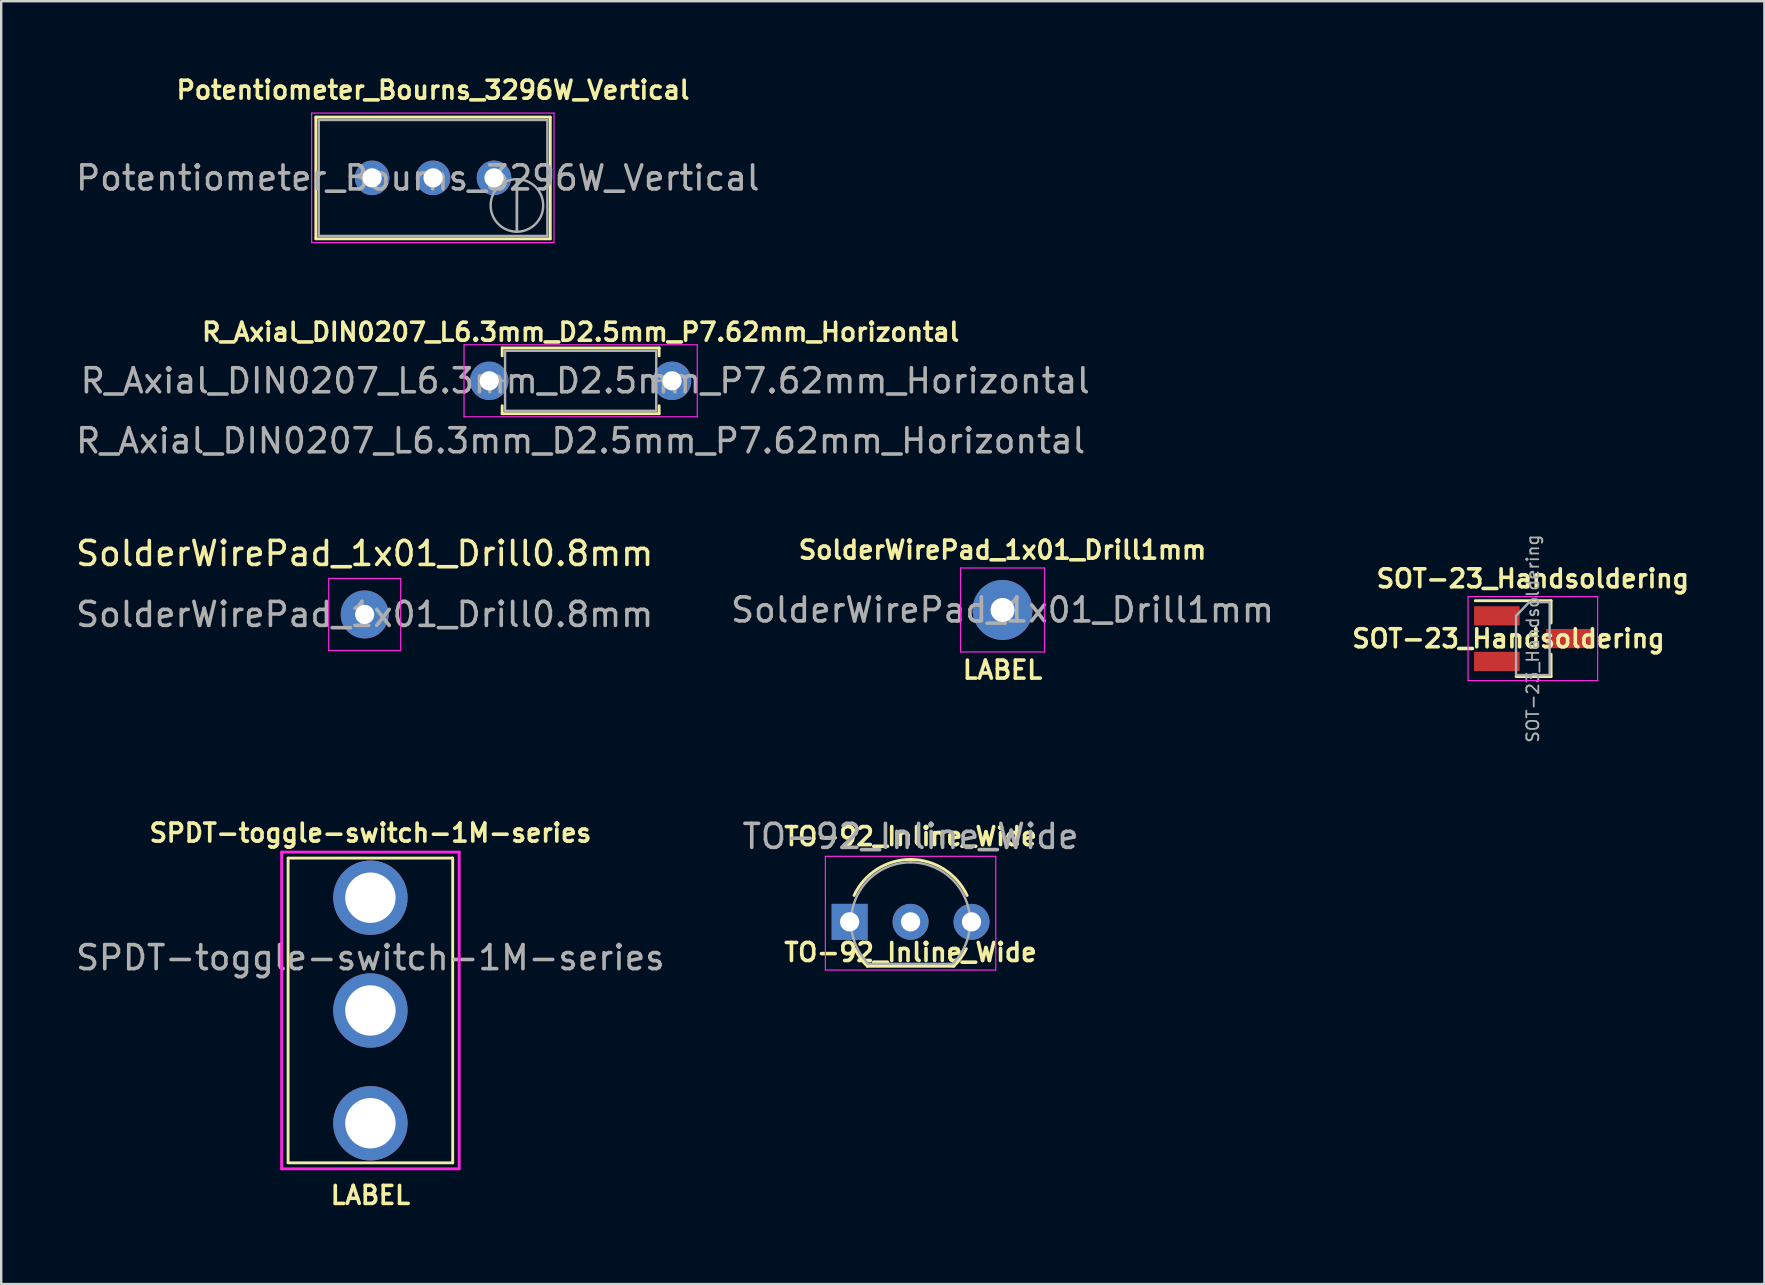
<source format=kicad_pcb>
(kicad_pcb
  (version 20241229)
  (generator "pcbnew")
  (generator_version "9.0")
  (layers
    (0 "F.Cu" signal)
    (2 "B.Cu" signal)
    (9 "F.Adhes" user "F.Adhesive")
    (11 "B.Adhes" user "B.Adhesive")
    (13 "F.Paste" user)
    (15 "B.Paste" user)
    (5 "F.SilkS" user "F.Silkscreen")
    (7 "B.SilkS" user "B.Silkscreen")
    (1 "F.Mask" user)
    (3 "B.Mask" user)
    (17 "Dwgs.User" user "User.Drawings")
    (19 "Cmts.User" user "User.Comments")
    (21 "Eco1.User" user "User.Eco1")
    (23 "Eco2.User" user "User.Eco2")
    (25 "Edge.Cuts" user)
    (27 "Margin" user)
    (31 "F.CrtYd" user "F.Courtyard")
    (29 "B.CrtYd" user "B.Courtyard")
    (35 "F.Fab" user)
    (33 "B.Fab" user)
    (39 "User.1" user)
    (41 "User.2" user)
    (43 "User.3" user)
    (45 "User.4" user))
  (footprint "SPDT-toggle-switch-1M-series"
    (layer "F.Cu")
    (at 12.387 39.063)
    (property "Reference" "SPDT-toggle-switch-1M-series" (at 0 -7.4 0) (layer "F.SilkS") (effects (font (size 0.75 0.75) (thickness 0.15))))
    (attr through_hole)
    (fp_line (start -3.43 -6.35) (end 3.42 -6.35) (stroke (width 0.12) (type solid)) (layer "F.SilkS"))
    (fp_line (start -3.43 6.34) (end -3.43 -6.35) (stroke (width 0.12) (type solid)) (layer "F.SilkS"))
    (fp_line (start 3.42 -6.35) (end 3.42 -6.34) (stroke (width 0.12) (type solid)) (layer "F.SilkS"))
    (fp_line (start 3.43 -6.35) (end 3.43 6.35) (stroke (width 0.12) (type solid)) (layer "F.SilkS"))
    (fp_line (start 3.43 6.35) (end -3.43 6.35) (stroke (width 0.12) (type solid)) (layer "F.SilkS"))
    (fp_line (start -3.7 -6.6) (end 3.7 -6.6) (stroke (width 0.12) (type solid)) (layer "F.CrtYd"))
    (fp_line (start -3.7 6.6) (end -3.7 -6.6) (stroke (width 0.12) (type solid)) (layer "F.CrtYd"))
    (fp_line (start 3.7 -6.6) (end 3.7 6.6) (stroke (width 0.12) (type solid)) (layer "F.CrtYd"))
    (fp_line (start 3.7 6.6) (end -3.7 6.6) (stroke (width 0.12) (type solid)) (layer "F.CrtYd"))
    (fp_text user "LABEL" (at 0 7.7 0) (layer "F.SilkS") (effects (font (size 0.75 0.75) (thickness 0.15))))
    (fp_text user "${REFERENCE}" (at 0 -2.2 0) (layer "F.Fab") (effects (font (size 1 1) (thickness 0.15))))
    (pad "1" thru_hole circle (at 0 4.7) (size 3.1 3.1) (drill 2.1) (layers "*.Cu" "*.Mask"))
    (pad "2" thru_hole circle (at 0 0) (size 3.1 3.1) (drill 2.1) (layers "*.Cu" "*.Mask"))
    (pad "3" thru_hole circle (at 0 -4.7) (size 3.1 3.1) (drill 2.1) (layers "*.Cu" "*.Mask")))
  (footprint "R_Axial_DIN0207_L6.3mm_D2.5mm_P7.62mm_Horizontal"
    (layer "F.Cu")
    (at 17.339 12.821)
    (property "Reference" "R_Axial_DIN0207_L6.3mm_D2.5mm_P7.62mm_Horizontal" (at 3.81 -2.032 0) (layer "F.SilkS") (effects (font (size 0.75 0.75) (thickness 0.15))))
    (property "Value" "R_Axial_DIN0207_L6.3mm_D2.5mm_P7.62mm_Horizontal" (at 3.81 0 0) (layer "F.SilkS") (hide yes) (effects (font (size 0.75 0.75) (thickness 0.15))))
    (attr through_hole)
    (fp_line (start 0.54 -1.37) (end 7.08 -1.37) (stroke (width 0.12) (type solid)) (layer "F.SilkS"))
    (fp_line (start 0.54 -1.04) (end 0.54 -1.37) (stroke (width 0.12) (type solid)) (layer "F.SilkS"))
    (fp_line (start 0.54 1.04) (end 0.54 1.37) (stroke (width 0.12) (type solid)) (layer "F.SilkS"))
    (fp_line (start 0.54 1.37) (end 7.08 1.37) (stroke (width 0.12) (type solid)) (layer "F.SilkS"))
    (fp_line (start 7.08 -1.37) (end 7.08 -1.04) (stroke (width 0.12) (type solid)) (layer "F.SilkS"))
    (fp_line (start 7.08 1.37) (end 7.08 1.04) (stroke (width 0.12) (type solid)) (layer "F.SilkS"))
    (fp_line (start -1.05 -1.5) (end -1.05 1.5) (stroke (width 0.05) (type solid)) (layer "F.CrtYd"))
    (fp_line (start -1.05 1.5) (end 8.67 1.5) (stroke (width 0.05) (type solid)) (layer "F.CrtYd"))
    (fp_line (start 8.67 -1.5) (end -1.05 -1.5) (stroke (width 0.05) (type solid)) (layer "F.CrtYd"))
    (fp_line (start 8.67 1.5) (end 8.67 -1.5) (stroke (width 0.05) (type solid)) (layer "F.CrtYd"))
    (fp_line (start 0 0) (end 0.66 0) (stroke (width 0.1) (type solid)) (layer "F.Fab"))
    (fp_line (start 0.66 -1.25) (end 0.66 1.25) (stroke (width 0.1) (type solid)) (layer "F.Fab"))
    (fp_line (start 0.66 1.25) (end 6.96 1.25) (stroke (width 0.1) (type solid)) (layer "F.Fab"))
    (fp_line (start 6.96 -1.25) (end 0.66 -1.25) (stroke (width 0.1) (type solid)) (layer "F.Fab"))
    (fp_line (start 6.96 1.25) (end 6.96 -1.25) (stroke (width 0.1) (type solid)) (layer "F.Fab"))
    (fp_line (start 7.62 0) (end 6.96 0) (stroke (width 0.1) (type solid)) (layer "F.Fab"))
    (fp_text user "${VALUE}" (at 4 0 0) (layer "F.Fab") (effects (font (size 1 1) (thickness 0.15))))
    (fp_text user "${REFERENCE}" (at 3.81 2.5 0) (layer "F.Fab") (effects (font (size 1 1) (thickness 0.15))))
    (pad "1" thru_hole circle (at 0 0) (size 1.6 1.6) (drill 0.8) (layers "*.Cu" "*.Mask"))
    (pad "2" thru_hole oval (at 7.62 0) (size 1.6 1.6) (drill 0.8) (layers "*.Cu" "*.Mask")))
  (footprint "Potentiometer_Bourns_3296W_Vertical"
    (layer "F.Cu")
    (at 14.998 4.362)
    (property "Reference" "Potentiometer_Bourns_3296W_Vertical" (at 0 -3.66 0) (layer "F.SilkS") (effects (font (size 0.75 0.75) (thickness 0.15))))
    (attr through_hole)
    (fp_line (start -4.885 -2.53) (end -4.885 2.54) (stroke (width 0.12) (type solid)) (layer "F.SilkS"))
    (fp_line (start -4.885 -2.53) (end 4.885 -2.53) (stroke (width 0.12) (type solid)) (layer "F.SilkS"))
    (fp_line (start -4.885 2.54) (end 4.885 2.54) (stroke (width 0.12) (type solid)) (layer "F.SilkS"))
    (fp_line (start 4.885 -2.53) (end 4.885 2.54) (stroke (width 0.12) (type solid)) (layer "F.SilkS"))
    (fp_line (start -5.06 -2.7) (end -5.06 2.7) (stroke (width 0.05) (type solid)) (layer "F.CrtYd"))
    (fp_line (start -5.06 2.7) (end 5.04 2.7) (stroke (width 0.05) (type solid)) (layer "F.CrtYd"))
    (fp_line (start 5.04 -2.7) (end -5.06 -2.7) (stroke (width 0.05) (type solid)) (layer "F.CrtYd"))
    (fp_line (start 5.04 2.7) (end 5.04 -2.7) (stroke (width 0.05) (type solid)) (layer "F.CrtYd"))
    (fp_line (start -4.765 -2.41) (end -4.765 2.42) (stroke (width 0.1) (type solid)) (layer "F.Fab"))
    (fp_line (start -4.765 2.42) (end 4.765 2.42) (stroke (width 0.1) (type solid)) (layer "F.Fab"))
    (fp_line (start 3.495 2.235) (end 3.496 0.066) (stroke (width 0.1) (type solid)) (layer "F.Fab"))
    (fp_line (start 3.495 2.235) (end 3.496 0.066) (stroke (width 0.1) (type solid)) (layer "F.Fab"))
    (fp_line (start 4.765 -2.41) (end -4.765 -2.41) (stroke (width 0.1) (type solid)) (layer "F.Fab"))
    (fp_line (start 4.765 2.42) (end 4.765 -2.41) (stroke (width 0.1) (type solid)) (layer "F.Fab"))
    (fp_circle (center 3.495 1.15) (end 4.59 1.15) (stroke (width 0.1) (type solid)) (fill no) (layer "F.Fab"))
    (fp_text user "${REFERENCE}" (at -0.635 0.005 0) (layer "F.Fab") (effects (font (size 1 1) (thickness 0.15))))
    (pad "1" thru_hole circle (at 2.54 0) (size 1.44 1.44) (drill 0.8) (layers "*.Cu" "*.Mask"))
    (pad "2" thru_hole circle (at 0 0) (size 1.44 1.44) (drill 0.8) (layers "*.Cu" "*.Mask"))
    (pad "3" thru_hole circle (at -2.54 0) (size 1.44 1.44) (drill 0.8) (layers "*.Cu" "*.Mask")))
  (footprint "SOT-23_Handsoldering"
    (layer "F.Cu")
    (at 60.833 23.565)
    (property "Reference" "SOT-23_Handsoldering" (at 0 -2.5 0) (layer "F.SilkS") (effects (font (size 0.75 0.75) (thickness 0.15))))
    (property "Value" "SOT-23_Handsoldering" (at 0 2.5 0) (layer "F.Fab") (hide yes) (effects (font (size 1 1) (thickness 0.15))))
    (attr smd)
    (fp_line (start 0.76 -1.58) (end -2.4 -1.58) (stroke (width 0.12) (type solid)) (layer "F.SilkS"))
    (fp_line (start 0.76 -1.58) (end 0.76 -0.65) (stroke (width 0.12) (type solid)) (layer "F.SilkS"))
    (fp_line (start 0.76 1.58) (end -0.7 1.58) (stroke (width 0.12) (type solid)) (layer "F.SilkS"))
    (fp_line (start 0.76 1.58) (end 0.76 0.65) (stroke (width 0.12) (type solid)) (layer "F.SilkS"))
    (fp_line (start -2.7 -1.75) (end 2.7 -1.75) (stroke (width 0.05) (type solid)) (layer "F.CrtYd"))
    (fp_line (start -2.7 1.75) (end -2.7 -1.75) (stroke (width 0.05) (type solid)) (layer "F.CrtYd"))
    (fp_line (start 2.7 -1.75) (end 2.7 1.75) (stroke (width 0.05) (type solid)) (layer "F.CrtYd"))
    (fp_line (start 2.7 1.75) (end -2.7 1.75) (stroke (width 0.05) (type solid)) (layer "F.CrtYd"))
    (fp_line (start -0.7 -0.95) (end -0.7 1.5) (stroke (width 0.1) (type solid)) (layer "F.Fab"))
    (fp_line (start -0.7 -0.95) (end -0.15 -1.52) (stroke (width 0.1) (type solid)) (layer "F.Fab"))
    (fp_line (start -0.7 1.52) (end 0.7 1.52) (stroke (width 0.1) (type solid)) (layer "F.Fab"))
    (fp_line (start -0.15 -1.52) (end 0.7 -1.52) (stroke (width 0.1) (type solid)) (layer "F.Fab"))
    (fp_line (start 0.7 -1.52) (end 0.7 1.52) (stroke (width 0.1) (type solid)) (layer "F.Fab"))
    (fp_text user "${VALUE}" (at -1.016 0 0) (layer "F.SilkS") (effects (font (size 0.75 0.75) (thickness 0.15))))
    (fp_text user "${REFERENCE}" (at 0 0 90) (layer "F.Fab") (effects (font (size 0.5 0.5) (thickness 0.075))))
    (pad "1" smd rect (at -1.5 -0.95) (size 1.9 0.8) (layers "F.Cu" "F.Mask" "F.Paste"))
    (pad "2" smd rect (at -1.5 0.95) (size 1.9 0.8) (layers "F.Cu" "F.Mask" "F.Paste"))
    (pad "3" smd rect (at 1.5 0) (size 1.9 0.8) (layers "F.Cu" "F.Mask" "F.Paste")))
  (footprint "TO-92_Inline_Wide"
    (layer "F.Cu")
    (at 32.359 35.369)
    (property "Reference" "TO-92_Inline_Wide" (at 2.54 -3.56 0) (layer "F.SilkS") (effects (font (size 0.75 0.75) (thickness 0.15))))
    (property "Value" "TO-92_Inline_Wide" (at 2.54 2.79 0) (layer "F.Fab") (hide yes) (effects (font (size 1 1) (thickness 0.15))))
    (attr through_hole)
    (fp_line (start 0.74 1.85) (end 4.34 1.85) (stroke (width 0.12) (type solid)) (layer "F.SilkS"))
    (fp_arc (start 0.1836 -1.098807) (mid 1.143021 -2.192817) (end 2.54 -2.6) (stroke (width 0.12) (type solid)) (layer "F.SilkS"))
    (fp_arc (start 0.74 1.85) (mid 0.446097 1.509328) (end 0.215816 1.122795) (stroke (width 0.12) (type solid)) (layer "F.SilkS"))
    (fp_arc (start 2.54 -2.6) (mid 3.936979 -2.192818) (end 4.8964 -1.098807) (stroke (width 0.12) (type solid)) (layer "F.SilkS"))
    (fp_arc (start 4.864184 1.122795) (mid 4.633903 1.509328) (end 4.34 1.85) (stroke (width 0.12) (type solid)) (layer "F.SilkS"))
    (fp_line (start -1.01 -2.73) (end -1.01 2.01) (stroke (width 0.05) (type solid)) (layer "F.CrtYd"))
    (fp_line (start -1.01 -2.73) (end 6.09 -2.73) (stroke (width 0.05) (type solid)) (layer "F.CrtYd"))
    (fp_line (start 6.09 2.01) (end -1.01 2.01) (stroke (width 0.05) (type solid)) (layer "F.CrtYd"))
    (fp_line (start 6.09 2.01) (end 6.09 -2.73) (stroke (width 0.05) (type solid)) (layer "F.CrtYd"))
    (fp_line (start 0.8 1.75) (end 4.3 1.75) (stroke (width 0.1) (type solid)) (layer "F.Fab"))
    (fp_arc (start 0.786375 1.753625) (mid 0.248779 -0.949055) (end 2.54 -2.48) (stroke (width 0.1) (type solid)) (layer "F.Fab"))
    (fp_arc (start 2.54 -2.48) (mid 4.831221 -0.949055) (end 4.293625 1.753625) (stroke (width 0.1) (type solid)) (layer "F.Fab"))
    (fp_text user "${VALUE}" (at 2.54 1.27 0) (layer "F.SilkS") (effects (font (size 0.75 0.75) (thickness 0.15))))
    (fp_text user "${REFERENCE}" (at 2.54 -3.56 0) (layer "F.Fab") (effects (font (size 1 1) (thickness 0.15))))
    (pad "1" thru_hole rect (at 0 0 90) (size 1.5 1.5) (drill 0.8) (layers "*.Cu" "*.Mask"))
    (pad "2" thru_hole circle (at 2.54 0 90) (size 1.5 1.5) (drill 0.8) (layers "*.Cu" "*.Mask"))
    (pad "3" thru_hole circle (at 5.08 0 90) (size 1.5 1.5) (drill 0.8) (layers "*.Cu" "*.Mask")))
  (footprint "SolderWirePad_1x01_Drill0.8mm"
    (layer "F.Cu")
    (at 12.149 22.558)
    (property "Reference" "SolderWirePad_1x01_Drill0.8mm" (at 0 -2.54 0) (layer "F.SilkS") (effects (font (size 1 1) (thickness 0.15))))
    (attr exclude_from_pos_files exclude_from_bom)
    (fp_line (start -1.5 -1.5) (end -1.5 1.5) (stroke (width 0.05) (type solid)) (layer "F.CrtYd"))
    (fp_line (start -1.5 -1.5) (end 1.5 -1.5) (stroke (width 0.05) (type solid)) (layer "F.CrtYd"))
    (fp_line (start 1.5 1.5) (end -1.5 1.5) (stroke (width 0.05) (type solid)) (layer "F.CrtYd"))
    (fp_line (start 1.5 1.5) (end 1.5 -1.5) (stroke (width 0.05) (type solid)) (layer "F.CrtYd"))
    (fp_text user "${REFERENCE}" (at 0 0 0) (layer "F.Fab") (effects (font (size 1 1) (thickness 0.15))))
    (pad "1" thru_hole circle (at 0 0) (size 1.999 1.999) (drill 0.8) (layers "*.Cu" "*.Mask")))
  (footprint "SolderWirePad_1x01_Drill1mm"
    (layer "F.Cu")
    (at 38.732 22.371)
    (property "Reference" "SolderWirePad_1x01_Drill1mm" (at 0 -2.5 0) (layer "F.SilkS") (effects (font (size 0.75 0.75) (thickness 0.15))))
    (attr exclude_from_pos_files exclude_from_bom)
    (fp_line (start -1.75 -1.75) (end -1.75 1.75) (stroke (width 0.05) (type solid)) (layer "F.CrtYd"))
    (fp_line (start -1.75 -1.75) (end 1.75 -1.75) (stroke (width 0.05) (type solid)) (layer "F.CrtYd"))
    (fp_line (start 1.75 1.75) (end -1.75 1.75) (stroke (width 0.05) (type solid)) (layer "F.CrtYd"))
    (fp_line (start 1.75 1.75) (end 1.75 -1.75) (stroke (width 0.05) (type solid)) (layer "F.CrtYd"))
    (fp_text user "LABEL" (at 0 2.5 0) (layer "F.SilkS") (effects (font (size 0.75 0.75) (thickness 0.15))))
    (fp_text user "${REFERENCE}" (at 0 0 0) (layer "F.Fab") (effects (font (size 1 1) (thickness 0.15))))
    (pad "1" thru_hole circle (at 0 0) (size 2.499 2.499) (drill 1.001) (layers "*.Cu" "*.Mask")))
  (gr_rect
    (start -3 -3)
    (end 70.483 50.465)
    (stroke (width 0.1) (type default))
    (fill no)
    (layer "Edge.Cuts")))
</source>
